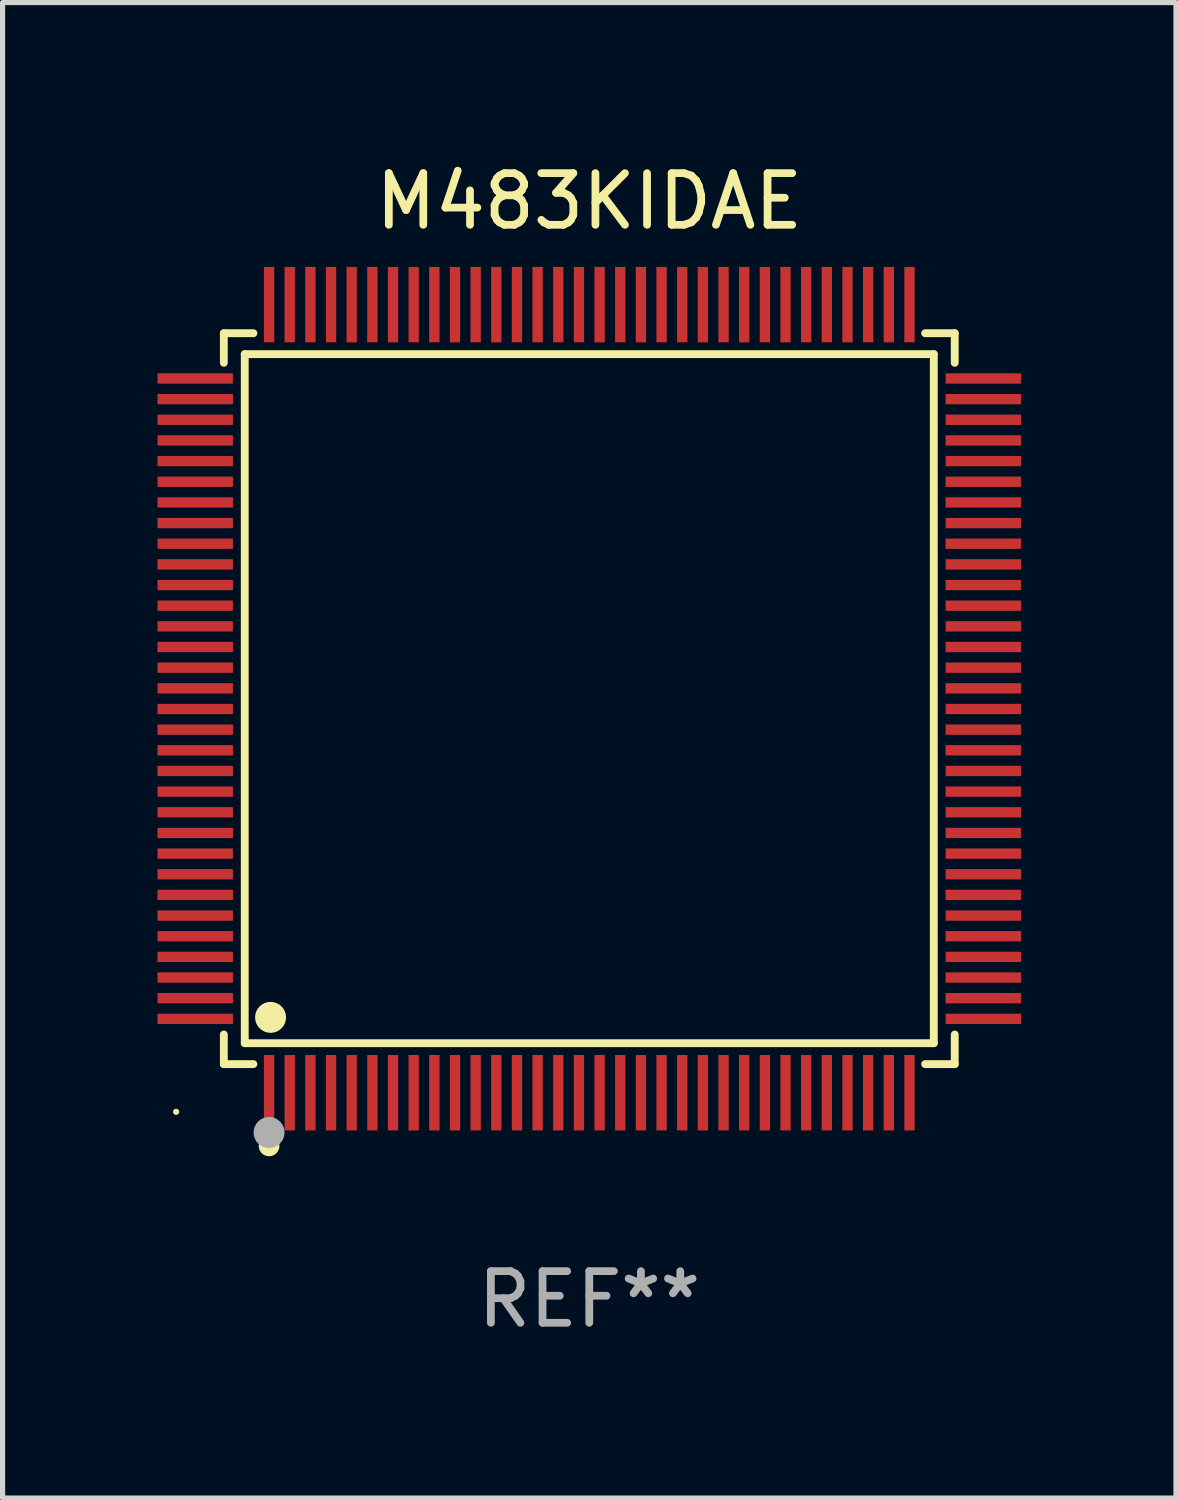
<source format=kicad_pcb>
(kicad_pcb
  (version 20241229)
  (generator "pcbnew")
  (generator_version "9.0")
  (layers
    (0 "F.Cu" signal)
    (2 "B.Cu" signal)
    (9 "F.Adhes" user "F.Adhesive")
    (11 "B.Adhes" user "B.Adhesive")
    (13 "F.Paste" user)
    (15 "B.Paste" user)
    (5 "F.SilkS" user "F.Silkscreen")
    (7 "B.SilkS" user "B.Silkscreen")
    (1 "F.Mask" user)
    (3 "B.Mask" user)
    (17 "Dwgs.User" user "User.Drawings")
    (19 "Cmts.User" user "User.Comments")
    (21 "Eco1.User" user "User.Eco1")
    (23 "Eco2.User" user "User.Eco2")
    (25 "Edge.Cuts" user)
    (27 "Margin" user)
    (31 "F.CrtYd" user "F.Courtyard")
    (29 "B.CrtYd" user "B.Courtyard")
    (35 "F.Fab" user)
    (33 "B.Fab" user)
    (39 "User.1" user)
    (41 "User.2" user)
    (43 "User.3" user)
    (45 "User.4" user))
  (footprint "M483KIDAE"
    (layer "F.Cu")
    (at 8.36 10.478)
    (property "Reference" "M483KIDAE" (at 0 -9.63 0) (layer "F.SilkS") (effects (font (size 1 1) (thickness 0.15))))
    (attr through_hole)
    (fp_line (start -7.076 -7.076) (end -6.503 -7.076) (stroke (width 0.152) (type solid)) (layer "F.SilkS"))
    (fp_line (start -7.076 -6.503) (end -7.076 -7.076) (stroke (width 0.152) (type solid)) (layer "F.SilkS"))
    (fp_line (start -7.076 6.503) (end -7.076 7.076) (stroke (width 0.152) (type solid)) (layer "F.SilkS"))
    (fp_line (start -7.076 7.076) (end -6.503 7.076) (stroke (width 0.152) (type solid)) (layer "F.SilkS"))
    (fp_line (start -6.671 -6.671) (end 6.671 -6.671) (stroke (width 0.152) (type solid)) (layer "F.SilkS"))
    (fp_line (start -6.671 6.671) (end -6.671 -6.671) (stroke (width 0.152) (type solid)) (layer "F.SilkS"))
    (fp_line (start 6.671 -6.671) (end 6.671 6.671) (stroke (width 0.152) (type solid)) (layer "F.SilkS"))
    (fp_line (start 6.671 6.671) (end -6.671 6.671) (stroke (width 0.152) (type solid)) (layer "F.SilkS"))
    (fp_line (start 7.076 -7.076) (end 6.503 -7.076) (stroke (width 0.152) (type solid)) (layer "F.SilkS"))
    (fp_line (start 7.076 -6.503) (end 7.076 -7.076) (stroke (width 0.152) (type solid)) (layer "F.SilkS"))
    (fp_line (start 7.076 6.503) (end 7.076 7.076) (stroke (width 0.152) (type solid)) (layer "F.SilkS"))
    (fp_line (start 7.076 7.076) (end 6.503 7.076) (stroke (width 0.152) (type solid)) (layer "F.SilkS"))
    (fp_circle (center -8 8) (end -7.97 8) (stroke (width 0.06) (type solid)) (fill no) (layer "F.SilkS"))
    (fp_circle (center -6.2 8.66) (end -6.1 8.66) (stroke (width 0.2) (type solid)) (fill no) (layer "F.SilkS"))
    (fp_circle (center -6.171 6.171) (end -6.021 6.171) (stroke (width 0.3) (type solid)) (fill no) (layer "F.SilkS"))
    (fp_circle (center -6.2 8.4) (end -6.05 8.4) (stroke (width 0.3) (type solid)) (fill no) (layer "F.Fab"))
    (fp_text user "REF**" (at 0 11.63 0) (layer "F.Fab") (effects (font (size 1 1) (thickness 0.15))))
    (pad "1" smd rect (at -6.2 7.63) (size 0.2 1.46) (layers "F.Cu" "F.Mask" "F.Paste"))
    (pad "2" smd rect (at -5.8 7.63) (size 0.2 1.46) (layers "F.Cu" "F.Mask" "F.Paste"))
    (pad "3" smd rect (at -5.4 7.63) (size 0.2 1.46) (layers "F.Cu" "F.Mask" "F.Paste"))
    (pad "4" smd rect (at -5 7.63) (size 0.2 1.46) (layers "F.Cu" "F.Mask" "F.Paste"))
    (pad "5" smd rect (at -4.6 7.63) (size 0.2 1.46) (layers "F.Cu" "F.Mask" "F.Paste"))
    (pad "6" smd rect (at -4.2 7.63) (size 0.2 1.46) (layers "F.Cu" "F.Mask" "F.Paste"))
    (pad "7" smd rect (at -3.8 7.63) (size 0.2 1.46) (layers "F.Cu" "F.Mask" "F.Paste"))
    (pad "8" smd rect (at -3.4 7.63) (size 0.2 1.46) (layers "F.Cu" "F.Mask" "F.Paste"))
    (pad "9" smd rect (at -3 7.63) (size 0.2 1.46) (layers "F.Cu" "F.Mask" "F.Paste"))
    (pad "10" smd rect (at -2.6 7.63) (size 0.2 1.46) (layers "F.Cu" "F.Mask" "F.Paste"))
    (pad "11" smd rect (at -2.2 7.63) (size 0.2 1.46) (layers "F.Cu" "F.Mask" "F.Paste"))
    (pad "12" smd rect (at -1.8 7.63) (size 0.2 1.46) (layers "F.Cu" "F.Mask" "F.Paste"))
    (pad "13" smd rect (at -1.4 7.63) (size 0.2 1.46) (layers "F.Cu" "F.Mask" "F.Paste"))
    (pad "14" smd rect (at -1 7.63) (size 0.2 1.46) (layers "F.Cu" "F.Mask" "F.Paste"))
    (pad "15" smd rect (at -0.6 7.63) (size 0.2 1.46) (layers "F.Cu" "F.Mask" "F.Paste"))
    (pad "16" smd rect (at -0.2 7.63) (size 0.2 1.46) (layers "F.Cu" "F.Mask" "F.Paste"))
    (pad "17" smd rect (at 0.2 7.63) (size 0.2 1.46) (layers "F.Cu" "F.Mask" "F.Paste"))
    (pad "18" smd rect (at 0.6 7.63) (size 0.2 1.46) (layers "F.Cu" "F.Mask" "F.Paste"))
    (pad "19" smd rect (at 1 7.63) (size 0.2 1.46) (layers "F.Cu" "F.Mask" "F.Paste"))
    (pad "20" smd rect (at 1.4 7.63) (size 0.2 1.46) (layers "F.Cu" "F.Mask" "F.Paste"))
    (pad "21" smd rect (at 1.8 7.63) (size 0.2 1.46) (layers "F.Cu" "F.Mask" "F.Paste"))
    (pad "22" smd rect (at 2.2 7.63) (size 0.2 1.46) (layers "F.Cu" "F.Mask" "F.Paste"))
    (pad "23" smd rect (at 2.6 7.63) (size 0.2 1.46) (layers "F.Cu" "F.Mask" "F.Paste"))
    (pad "24" smd rect (at 3 7.63) (size 0.2 1.46) (layers "F.Cu" "F.Mask" "F.Paste"))
    (pad "25" smd rect (at 3.4 7.63) (size 0.2 1.46) (layers "F.Cu" "F.Mask" "F.Paste"))
    (pad "26" smd rect (at 3.8 7.63) (size 0.2 1.46) (layers "F.Cu" "F.Mask" "F.Paste"))
    (pad "27" smd rect (at 4.2 7.63) (size 0.2 1.46) (layers "F.Cu" "F.Mask" "F.Paste"))
    (pad "28" smd rect (at 4.6 7.63) (size 0.2 1.46) (layers "F.Cu" "F.Mask" "F.Paste"))
    (pad "29" smd rect (at 5 7.63) (size 0.2 1.46) (layers "F.Cu" "F.Mask" "F.Paste"))
    (pad "30" smd rect (at 5.4 7.63) (size 0.2 1.46) (layers "F.Cu" "F.Mask" "F.Paste"))
    (pad "31" smd rect (at 5.8 7.63) (size 0.2 1.46) (layers "F.Cu" "F.Mask" "F.Paste"))
    (pad "32" smd rect (at 6.2 7.63) (size 0.2 1.46) (layers "F.Cu" "F.Mask" "F.Paste"))
    (pad "33" smd rect (at 7.63 6.2) (size 1.46 0.2) (layers "F.Cu" "F.Mask" "F.Paste"))
    (pad "34" smd rect (at 7.63 5.8) (size 1.46 0.2) (layers "F.Cu" "F.Mask" "F.Paste"))
    (pad "35" smd rect (at 7.63 5.4) (size 1.46 0.2) (layers "F.Cu" "F.Mask" "F.Paste"))
    (pad "36" smd rect (at 7.63 5) (size 1.46 0.2) (layers "F.Cu" "F.Mask" "F.Paste"))
    (pad "37" smd rect (at 7.63 4.6) (size 1.46 0.2) (layers "F.Cu" "F.Mask" "F.Paste"))
    (pad "38" smd rect (at 7.63 4.2) (size 1.46 0.2) (layers "F.Cu" "F.Mask" "F.Paste"))
    (pad "39" smd rect (at 7.63 3.8) (size 1.46 0.2) (layers "F.Cu" "F.Mask" "F.Paste"))
    (pad "40" smd rect (at 7.63 3.4) (size 1.46 0.2) (layers "F.Cu" "F.Mask" "F.Paste"))
    (pad "41" smd rect (at 7.63 3) (size 1.46 0.2) (layers "F.Cu" "F.Mask" "F.Paste"))
    (pad "42" smd rect (at 7.63 2.6) (size 1.46 0.2) (layers "F.Cu" "F.Mask" "F.Paste"))
    (pad "43" smd rect (at 7.63 2.2) (size 1.46 0.2) (layers "F.Cu" "F.Mask" "F.Paste"))
    (pad "44" smd rect (at 7.63 1.8) (size 1.46 0.2) (layers "F.Cu" "F.Mask" "F.Paste"))
    (pad "45" smd rect (at 7.63 1.4) (size 1.46 0.2) (layers "F.Cu" "F.Mask" "F.Paste"))
    (pad "46" smd rect (at 7.63 1) (size 1.46 0.2) (layers "F.Cu" "F.Mask" "F.Paste"))
    (pad "47" smd rect (at 7.63 0.6) (size 1.46 0.2) (layers "F.Cu" "F.Mask" "F.Paste"))
    (pad "48" smd rect (at 7.63 0.2) (size 1.46 0.2) (layers "F.Cu" "F.Mask" "F.Paste"))
    (pad "49" smd rect (at 7.63 -0.2) (size 1.46 0.2) (layers "F.Cu" "F.Mask" "F.Paste"))
    (pad "50" smd rect (at 7.63 -0.6) (size 1.46 0.2) (layers "F.Cu" "F.Mask" "F.Paste"))
    (pad "51" smd rect (at 7.63 -1) (size 1.46 0.2) (layers "F.Cu" "F.Mask" "F.Paste"))
    (pad "52" smd rect (at 7.63 -1.4) (size 1.46 0.2) (layers "F.Cu" "F.Mask" "F.Paste"))
    (pad "53" smd rect (at 7.63 -1.8) (size 1.46 0.2) (layers "F.Cu" "F.Mask" "F.Paste"))
    (pad "54" smd rect (at 7.63 -2.2) (size 1.46 0.2) (layers "F.Cu" "F.Mask" "F.Paste"))
    (pad "55" smd rect (at 7.63 -2.6) (size 1.46 0.2) (layers "F.Cu" "F.Mask" "F.Paste"))
    (pad "56" smd rect (at 7.63 -3) (size 1.46 0.2) (layers "F.Cu" "F.Mask" "F.Paste"))
    (pad "57" smd rect (at 7.63 -3.4) (size 1.46 0.2) (layers "F.Cu" "F.Mask" "F.Paste"))
    (pad "58" smd rect (at 7.63 -3.8) (size 1.46 0.2) (layers "F.Cu" "F.Mask" "F.Paste"))
    (pad "59" smd rect (at 7.63 -4.2) (size 1.46 0.2) (layers "F.Cu" "F.Mask" "F.Paste"))
    (pad "60" smd rect (at 7.63 -4.6) (size 1.46 0.2) (layers "F.Cu" "F.Mask" "F.Paste"))
    (pad "61" smd rect (at 7.63 -5) (size 1.46 0.2) (layers "F.Cu" "F.Mask" "F.Paste"))
    (pad "62" smd rect (at 7.63 -5.4) (size 1.46 0.2) (layers "F.Cu" "F.Mask" "F.Paste"))
    (pad "63" smd rect (at 7.63 -5.8) (size 1.46 0.2) (layers "F.Cu" "F.Mask" "F.Paste"))
    (pad "64" smd rect (at 7.63 -6.2) (size 1.46 0.2) (layers "F.Cu" "F.Mask" "F.Paste"))
    (pad "65" smd rect (at 6.2 -7.63) (size 0.2 1.46) (layers "F.Cu" "F.Mask" "F.Paste"))
    (pad "66" smd rect (at 5.8 -7.63) (size 0.2 1.46) (layers "F.Cu" "F.Mask" "F.Paste"))
    (pad "67" smd rect (at 5.4 -7.63) (size 0.2 1.46) (layers "F.Cu" "F.Mask" "F.Paste"))
    (pad "68" smd rect (at 5 -7.63) (size 0.2 1.46) (layers "F.Cu" "F.Mask" "F.Paste"))
    (pad "69" smd rect (at 4.6 -7.63) (size 0.2 1.46) (layers "F.Cu" "F.Mask" "F.Paste"))
    (pad "70" smd rect (at 4.2 -7.63) (size 0.2 1.46) (layers "F.Cu" "F.Mask" "F.Paste"))
    (pad "71" smd rect (at 3.8 -7.63) (size 0.2 1.46) (layers "F.Cu" "F.Mask" "F.Paste"))
    (pad "72" smd rect (at 3.4 -7.63) (size 0.2 1.46) (layers "F.Cu" "F.Mask" "F.Paste"))
    (pad "73" smd rect (at 3 -7.63) (size 0.2 1.46) (layers "F.Cu" "F.Mask" "F.Paste"))
    (pad "74" smd rect (at 2.6 -7.63) (size 0.2 1.46) (layers "F.Cu" "F.Mask" "F.Paste"))
    (pad "75" smd rect (at 2.2 -7.63) (size 0.2 1.46) (layers "F.Cu" "F.Mask" "F.Paste"))
    (pad "76" smd rect (at 1.8 -7.63) (size 0.2 1.46) (layers "F.Cu" "F.Mask" "F.Paste"))
    (pad "77" smd rect (at 1.4 -7.63) (size 0.2 1.46) (layers "F.Cu" "F.Mask" "F.Paste"))
    (pad "78" smd rect (at 1 -7.63) (size 0.2 1.46) (layers "F.Cu" "F.Mask" "F.Paste"))
    (pad "79" smd rect (at 0.6 -7.63) (size 0.2 1.46) (layers "F.Cu" "F.Mask" "F.Paste"))
    (pad "80" smd rect (at 0.2 -7.63) (size 0.2 1.46) (layers "F.Cu" "F.Mask" "F.Paste"))
    (pad "81" smd rect (at -0.2 -7.63) (size 0.2 1.46) (layers "F.Cu" "F.Mask" "F.Paste"))
    (pad "82" smd rect (at -0.6 -7.63) (size 0.2 1.46) (layers "F.Cu" "F.Mask" "F.Paste"))
    (pad "83" smd rect (at -1 -7.63) (size 0.2 1.46) (layers "F.Cu" "F.Mask" "F.Paste"))
    (pad "84" smd rect (at -1.4 -7.63) (size 0.2 1.46) (layers "F.Cu" "F.Mask" "F.Paste"))
    (pad "85" smd rect (at -1.8 -7.63) (size 0.2 1.46) (layers "F.Cu" "F.Mask" "F.Paste"))
    (pad "86" smd rect (at -2.2 -7.63) (size 0.2 1.46) (layers "F.Cu" "F.Mask" "F.Paste"))
    (pad "87" smd rect (at -2.6 -7.63) (size 0.2 1.46) (layers "F.Cu" "F.Mask" "F.Paste"))
    (pad "88" smd rect (at -3 -7.63) (size 0.2 1.46) (layers "F.Cu" "F.Mask" "F.Paste"))
    (pad "89" smd rect (at -3.4 -7.63) (size 0.2 1.46) (layers "F.Cu" "F.Mask" "F.Paste"))
    (pad "90" smd rect (at -3.8 -7.63) (size 0.2 1.46) (layers "F.Cu" "F.Mask" "F.Paste"))
    (pad "91" smd rect (at -4.2 -7.63) (size 0.2 1.46) (layers "F.Cu" "F.Mask" "F.Paste"))
    (pad "92" smd rect (at -4.6 -7.63) (size 0.2 1.46) (layers "F.Cu" "F.Mask" "F.Paste"))
    (pad "93" smd rect (at -5 -7.63) (size 0.2 1.46) (layers "F.Cu" "F.Mask" "F.Paste"))
    (pad "94" smd rect (at -5.4 -7.63) (size 0.2 1.46) (layers "F.Cu" "F.Mask" "F.Paste"))
    (pad "95" smd rect (at -5.8 -7.63) (size 0.2 1.46) (layers "F.Cu" "F.Mask" "F.Paste"))
    (pad "96" smd rect (at -6.2 -7.63) (size 0.2 1.46) (layers "F.Cu" "F.Mask" "F.Paste"))
    (pad "97" smd rect (at -7.63 -6.2) (size 1.46 0.2) (layers "F.Cu" "F.Mask" "F.Paste"))
    (pad "98" smd rect (at -7.63 -5.8) (size 1.46 0.2) (layers "F.Cu" "F.Mask" "F.Paste"))
    (pad "99" smd rect (at -7.63 -5.4) (size 1.46 0.2) (layers "F.Cu" "F.Mask" "F.Paste"))
    (pad "100" smd rect (at -7.63 -5) (size 1.46 0.2) (layers "F.Cu" "F.Mask" "F.Paste"))
    (pad "101" smd rect (at -7.63 -4.6) (size 1.46 0.2) (layers "F.Cu" "F.Mask" "F.Paste"))
    (pad "102" smd rect (at -7.63 -4.2) (size 1.46 0.2) (layers "F.Cu" "F.Mask" "F.Paste"))
    (pad "103" smd rect (at -7.63 -3.8) (size 1.46 0.2) (layers "F.Cu" "F.Mask" "F.Paste"))
    (pad "104" smd rect (at -7.63 -3.4) (size 1.46 0.2) (layers "F.Cu" "F.Mask" "F.Paste"))
    (pad "105" smd rect (at -7.63 -3) (size 1.46 0.2) (layers "F.Cu" "F.Mask" "F.Paste"))
    (pad "106" smd rect (at -7.63 -2.6) (size 1.46 0.2) (layers "F.Cu" "F.Mask" "F.Paste"))
    (pad "107" smd rect (at -7.63 -2.2) (size 1.46 0.2) (layers "F.Cu" "F.Mask" "F.Paste"))
    (pad "108" smd rect (at -7.63 -1.8) (size 1.46 0.2) (layers "F.Cu" "F.Mask" "F.Paste"))
    (pad "109" smd rect (at -7.63 -1.4) (size 1.46 0.2) (layers "F.Cu" "F.Mask" "F.Paste"))
    (pad "110" smd rect (at -7.63 -1) (size 1.46 0.2) (layers "F.Cu" "F.Mask" "F.Paste"))
    (pad "111" smd rect (at -7.63 -0.6) (size 1.46 0.2) (layers "F.Cu" "F.Mask" "F.Paste"))
    (pad "112" smd rect (at -7.63 -0.2) (size 1.46 0.2) (layers "F.Cu" "F.Mask" "F.Paste"))
    (pad "113" smd rect (at -7.63 0.2) (size 1.46 0.2) (layers "F.Cu" "F.Mask" "F.Paste"))
    (pad "114" smd rect (at -7.63 0.6) (size 1.46 0.2) (layers "F.Cu" "F.Mask" "F.Paste"))
    (pad "115" smd rect (at -7.63 1) (size 1.46 0.2) (layers "F.Cu" "F.Mask" "F.Paste"))
    (pad "116" smd rect (at -7.63 1.4) (size 1.46 0.2) (layers "F.Cu" "F.Mask" "F.Paste"))
    (pad "117" smd rect (at -7.63 1.8) (size 1.46 0.2) (layers "F.Cu" "F.Mask" "F.Paste"))
    (pad "118" smd rect (at -7.63 2.2) (size 1.46 0.2) (layers "F.Cu" "F.Mask" "F.Paste"))
    (pad "119" smd rect (at -7.63 2.6) (size 1.46 0.2) (layers "F.Cu" "F.Mask" "F.Paste"))
    (pad "120" smd rect (at -7.63 3) (size 1.46 0.2) (layers "F.Cu" "F.Mask" "F.Paste"))
    (pad "121" smd rect (at -7.63 3.4) (size 1.46 0.2) (layers "F.Cu" "F.Mask" "F.Paste"))
    (pad "122" smd rect (at -7.63 3.8) (size 1.46 0.2) (layers "F.Cu" "F.Mask" "F.Paste"))
    (pad "123" smd rect (at -7.63 4.2) (size 1.46 0.2) (layers "F.Cu" "F.Mask" "F.Paste"))
    (pad "124" smd rect (at -7.63 4.6) (size 1.46 0.2) (layers "F.Cu" "F.Mask" "F.Paste"))
    (pad "125" smd rect (at -7.63 5) (size 1.46 0.2) (layers "F.Cu" "F.Mask" "F.Paste"))
    (pad "126" smd rect (at -7.63 5.4) (size 1.46 0.2) (layers "F.Cu" "F.Mask" "F.Paste"))
    (pad "127" smd rect (at -7.63 5.8) (size 1.46 0.2) (layers "F.Cu" "F.Mask" "F.Paste"))
    (pad "128" smd rect (at -7.63 6.2) (size 1.46 0.2) (layers "F.Cu" "F.Mask" "F.Paste")))
  (gr_rect
    (start -3 -3)
    (end 19.72 25.956)
    (stroke (width 0.1) (type default))
    (fill no)
    (layer "Edge.Cuts")))
</source>
